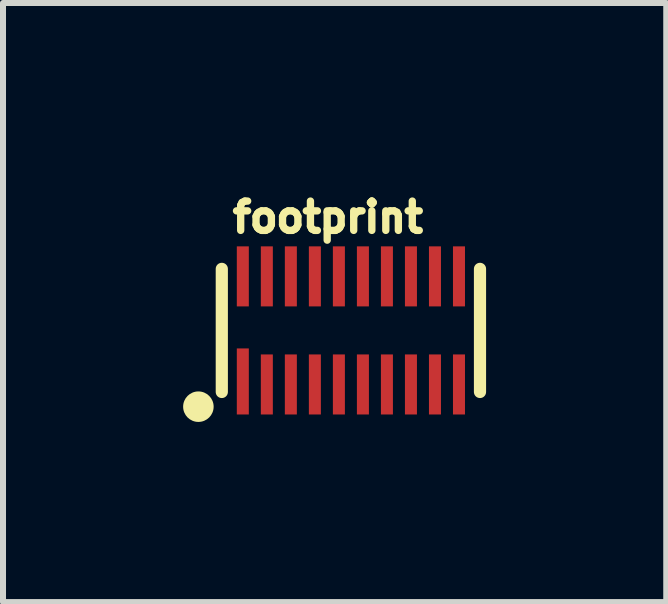
<source format=kicad_pcb>
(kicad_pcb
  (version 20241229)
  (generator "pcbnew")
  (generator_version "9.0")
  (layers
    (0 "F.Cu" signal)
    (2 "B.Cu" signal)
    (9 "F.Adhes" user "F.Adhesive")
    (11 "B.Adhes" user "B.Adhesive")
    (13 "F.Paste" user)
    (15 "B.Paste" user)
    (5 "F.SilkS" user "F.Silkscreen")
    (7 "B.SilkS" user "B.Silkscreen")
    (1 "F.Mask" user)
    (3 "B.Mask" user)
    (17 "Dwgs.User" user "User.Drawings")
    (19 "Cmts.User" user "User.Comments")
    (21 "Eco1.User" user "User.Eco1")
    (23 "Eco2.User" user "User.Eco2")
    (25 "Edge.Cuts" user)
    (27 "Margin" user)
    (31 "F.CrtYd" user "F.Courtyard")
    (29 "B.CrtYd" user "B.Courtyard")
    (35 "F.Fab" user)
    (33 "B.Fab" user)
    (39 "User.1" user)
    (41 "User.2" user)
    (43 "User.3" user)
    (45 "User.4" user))
  (footprint "footprint"
    (layer "F.Cu")
    (at 2.794 2.453)
    (property "Reference" "footprint" (at -2.032 -1.6 0) (layer "F.SilkS") (effects (font (size 0.488 0.488) (thickness 0.122)) (justify left bottom)))
    (fp_line (start -2.15 -1.025) (end -2.15 1.025) (stroke (width 0.203) (type solid)) (layer "F.SilkS"))
    (fp_line (start 2.15 -1.025) (end 2.15 1.025) (stroke (width 0.203) (type solid)) (layer "F.SilkS"))
    (fp_circle (center -2.54 1.27) (end -2.413 1.27) (stroke (width 0.254) (type solid)) (fill yes) (layer "F.SilkS"))
    (fp_poly (pts (xy -1.9 -0.5) (xy -1.7 -0.5) (xy -1.7 -1.3) (xy -1.9 -1.3)) (stroke (width 0) (type solid)) (fill yes) (layer "F.Paste"))
    (fp_poly (pts (xy -1.9 1.3) (xy -1.7 1.3) (xy -1.7 0.4) (xy -1.9 0.4)) (stroke (width 0) (type solid)) (fill yes) (layer "F.Paste"))
    (fp_poly (pts (xy -1.5 -0.5) (xy -1.3 -0.5) (xy -1.3 -1.3) (xy -1.5 -1.3)) (stroke (width 0) (type solid)) (fill yes) (layer "F.Paste"))
    (fp_poly (pts (xy -1.5 1.3) (xy -1.3 1.3) (xy -1.3 0.5) (xy -1.5 0.5)) (stroke (width 0) (type solid)) (fill yes) (layer "F.Paste"))
    (fp_poly (pts (xy -1.1 -0.5) (xy -0.9 -0.5) (xy -0.9 -1.3) (xy -1.1 -1.3)) (stroke (width 0) (type solid)) (fill yes) (layer "F.Paste"))
    (fp_poly (pts (xy -1.1 1.3) (xy -0.9 1.3) (xy -0.9 0.5) (xy -1.1 0.5)) (stroke (width 0) (type solid)) (fill yes) (layer "F.Paste"))
    (fp_poly (pts (xy -0.7 -0.5) (xy -0.5 -0.5) (xy -0.5 -1.3) (xy -0.7 -1.3)) (stroke (width 0) (type solid)) (fill yes) (layer "F.Paste"))
    (fp_poly (pts (xy -0.7 1.3) (xy -0.5 1.3) (xy -0.5 0.5) (xy -0.7 0.5)) (stroke (width 0) (type solid)) (fill yes) (layer "F.Paste"))
    (fp_poly (pts (xy -0.3 -0.5) (xy -0.1 -0.5) (xy -0.1 -1.3) (xy -0.3 -1.3)) (stroke (width 0) (type solid)) (fill yes) (layer "F.Paste"))
    (fp_poly (pts (xy -0.3 1.3) (xy -0.1 1.3) (xy -0.1 0.5) (xy -0.3 0.5)) (stroke (width 0) (type solid)) (fill yes) (layer "F.Paste"))
    (fp_poly (pts (xy 0.1 -0.5) (xy 0.3 -0.5) (xy 0.3 -1.3) (xy 0.1 -1.3)) (stroke (width 0) (type solid)) (fill yes) (layer "F.Paste"))
    (fp_poly (pts (xy 0.1 1.3) (xy 0.3 1.3) (xy 0.3 0.5) (xy 0.1 0.5)) (stroke (width 0) (type solid)) (fill yes) (layer "F.Paste"))
    (fp_poly (pts (xy 0.5 -0.5) (xy 0.7 -0.5) (xy 0.7 -1.3) (xy 0.5 -1.3)) (stroke (width 0) (type solid)) (fill yes) (layer "F.Paste"))
    (fp_poly (pts (xy 0.5 1.3) (xy 0.7 1.3) (xy 0.7 0.5) (xy 0.5 0.5)) (stroke (width 0) (type solid)) (fill yes) (layer "F.Paste"))
    (fp_poly (pts (xy 0.9 -0.5) (xy 1.1 -0.5) (xy 1.1 -1.3) (xy 0.9 -1.3)) (stroke (width 0) (type solid)) (fill yes) (layer "F.Paste"))
    (fp_poly (pts (xy 0.9 1.3) (xy 1.1 1.3) (xy 1.1 0.5) (xy 0.9 0.5)) (stroke (width 0) (type solid)) (fill yes) (layer "F.Paste"))
    (fp_poly (pts (xy 1.3 -0.5) (xy 1.5 -0.5) (xy 1.5 -1.3) (xy 1.3 -1.3)) (stroke (width 0) (type solid)) (fill yes) (layer "F.Paste"))
    (fp_poly (pts (xy 1.3 1.3) (xy 1.5 1.3) (xy 1.5 0.5) (xy 1.3 0.5)) (stroke (width 0) (type solid)) (fill yes) (layer "F.Paste"))
    (fp_poly (pts (xy 1.9 -1.3) (xy 1.7 -1.3) (xy 1.7 -0.5) (xy 1.9 -0.5)) (stroke (width 0) (type solid)) (fill yes) (layer "F.Paste"))
    (fp_poly (pts (xy 1.9 0.5) (xy 1.7 0.5) (xy 1.7 1.3) (xy 1.9 1.3)) (stroke (width 0) (type solid)) (fill yes) (layer "F.Paste"))
    (pad "1" smd rect (at -1.8 0.85 90) (size 1.1 0.2) (layers "F.Cu" "F.Mask"))
    (pad "2" smd rect (at -1.4 0.9 90) (size 1 0.2) (layers "F.Cu" "F.Mask"))
    (pad "3" smd rect (at -1 0.9 90) (size 1 0.2) (layers "F.Cu" "F.Mask"))
    (pad "4" smd rect (at -0.6 0.9 90) (size 1 0.2) (layers "F.Cu" "F.Mask"))
    (pad "5" smd rect (at -0.2 0.9 90) (size 1 0.2) (layers "F.Cu" "F.Mask"))
    (pad "6" smd rect (at 0.2 0.9 90) (size 1 0.2) (layers "F.Cu" "F.Mask"))
    (pad "7" smd rect (at 0.6 0.9 90) (size 1 0.2) (layers "F.Cu" "F.Mask"))
    (pad "8" smd rect (at 1 0.9 90) (size 1 0.2) (layers "F.Cu" "F.Mask"))
    (pad "9" smd rect (at 1.4 0.9 90) (size 1 0.2) (layers "F.Cu" "F.Mask"))
    (pad "10" smd rect (at 1.8 0.9 90) (size 1 0.2) (layers "F.Cu" "F.Mask"))
    (pad "11" smd rect (at 1.8 -0.9 90) (size 1 0.2) (layers "F.Cu" "F.Mask"))
    (pad "12" smd rect (at 1.4 -0.9 90) (size 1 0.2) (layers "F.Cu" "F.Mask"))
    (pad "13" smd rect (at 1 -0.9 90) (size 1 0.2) (layers "F.Cu" "F.Mask"))
    (pad "14" smd rect (at 0.6 -0.9 90) (size 1 0.2) (layers "F.Cu" "F.Mask"))
    (pad "15" smd rect (at 0.2 -0.9 90) (size 1 0.2) (layers "F.Cu" "F.Mask"))
    (pad "16" smd rect (at -0.2 -0.9 90) (size 1 0.2) (layers "F.Cu" "F.Mask"))
    (pad "17" smd rect (at -0.6 -0.9 90) (size 1 0.2) (layers "F.Cu" "F.Mask"))
    (pad "18" smd rect (at -1 -0.9 90) (size 1 0.2) (layers "F.Cu" "F.Mask"))
    (pad "19" smd rect (at -1.4 -0.9 90) (size 1 0.2) (layers "F.Cu" "F.Mask"))
    (pad "20" smd rect (at -1.8 -0.9 90) (size 1 0.2) (layers "F.Cu" "F.Mask")))
  (gr_rect
    (start -3 -3)
    (end 8.046 6.977)
    (stroke (width 0.1) (type default))
    (fill no)
    (layer "Edge.Cuts")))
</source>
